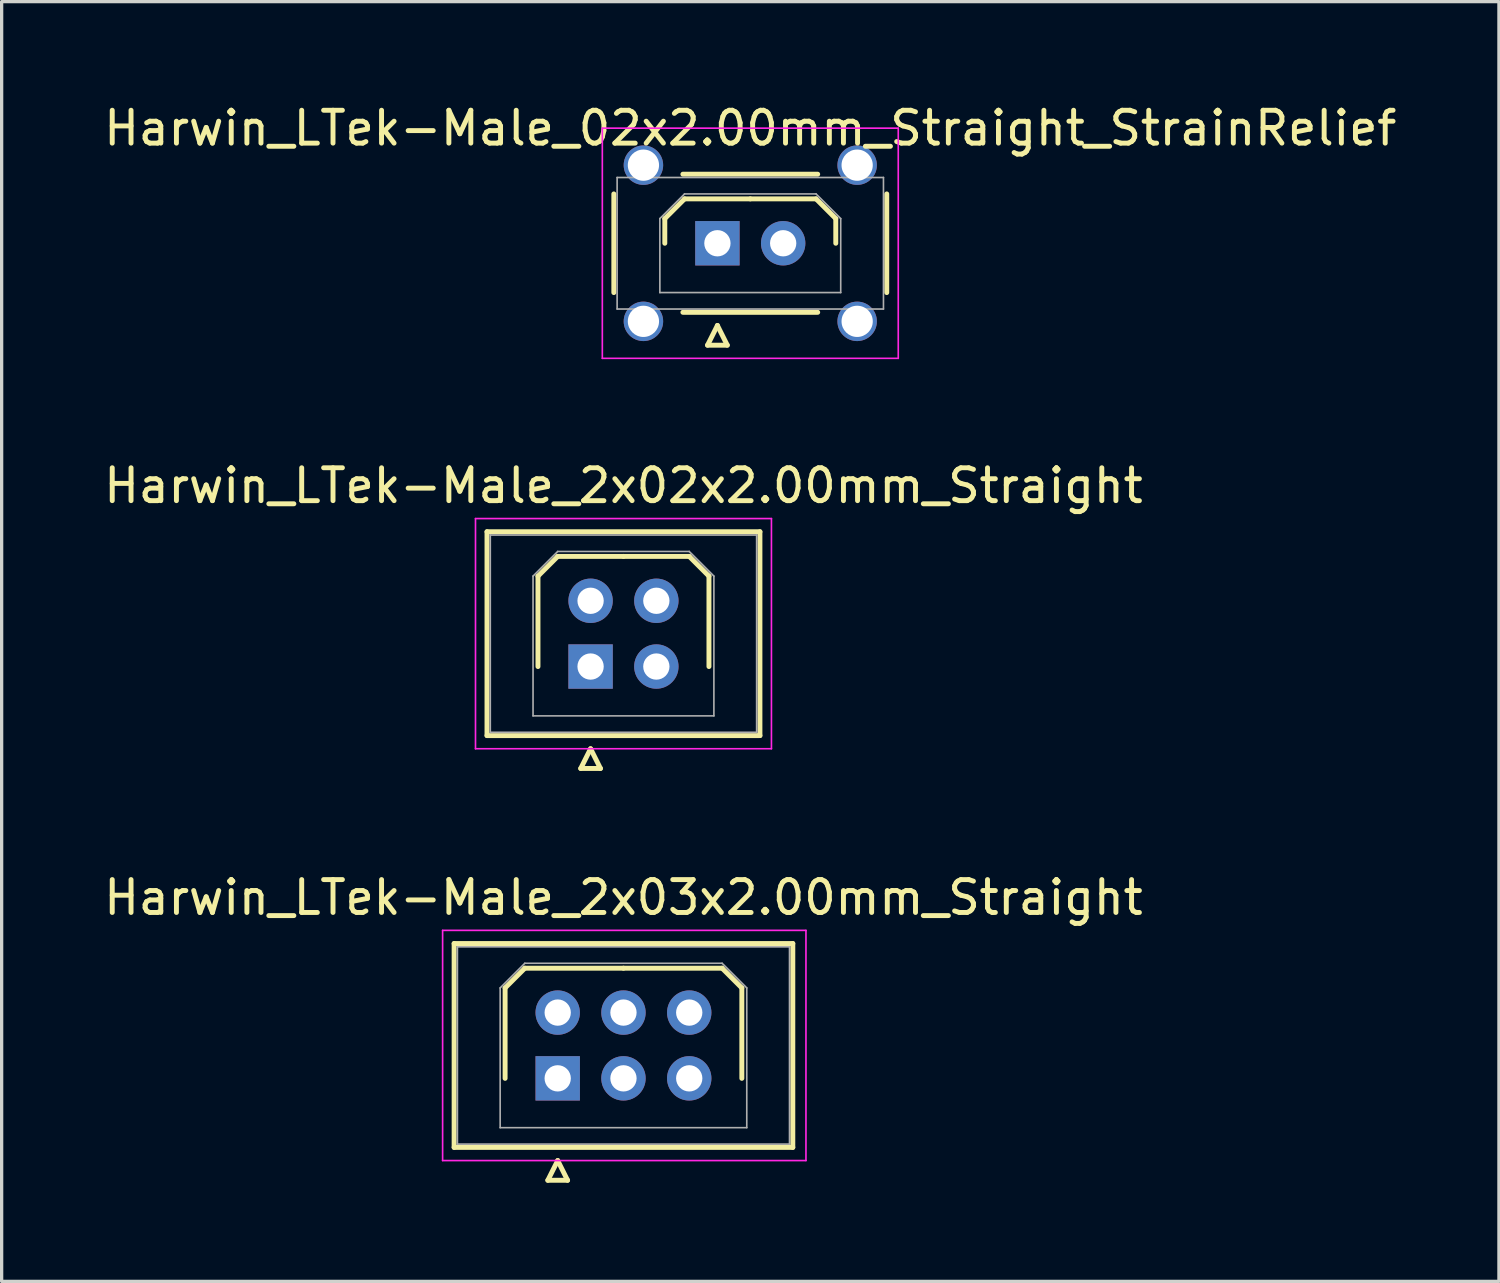
<source format=kicad_pcb>
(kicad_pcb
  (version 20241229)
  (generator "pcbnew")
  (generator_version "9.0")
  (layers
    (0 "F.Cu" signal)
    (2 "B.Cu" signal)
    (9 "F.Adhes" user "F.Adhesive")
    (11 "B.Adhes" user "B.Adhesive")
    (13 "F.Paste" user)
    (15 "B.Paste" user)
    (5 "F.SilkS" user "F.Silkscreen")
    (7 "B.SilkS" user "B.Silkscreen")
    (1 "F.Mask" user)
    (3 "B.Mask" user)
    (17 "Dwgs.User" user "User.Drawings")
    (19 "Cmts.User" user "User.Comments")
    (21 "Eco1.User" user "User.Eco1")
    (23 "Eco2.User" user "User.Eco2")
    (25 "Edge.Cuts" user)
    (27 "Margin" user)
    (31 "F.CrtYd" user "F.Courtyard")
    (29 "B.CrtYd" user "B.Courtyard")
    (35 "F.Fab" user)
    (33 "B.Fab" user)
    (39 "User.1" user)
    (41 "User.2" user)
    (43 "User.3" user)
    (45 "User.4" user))
  (footprint "Harwin_LTek-Male_2x03x2.00mm_Straight"
    (layer "F.Cu")
    (at 13.911 29.745)
    (property "Reference" "Harwin_LTek-Male_2x03x2.00mm_Straight" (at 2 -5.5 0) (layer "F.SilkS") (effects (font (size 1 1) (thickness 0.15))))
    (attr through_hole)
    (fp_line (start -3.15 -4.1) (end -3.15 2.1) (stroke (width 0.15) (type solid)) (layer "F.SilkS"))
    (fp_line (start -3.15 2.1) (end 7.15 2.1) (stroke (width 0.15) (type solid)) (layer "F.SilkS"))
    (fp_line (start -1.6 -2.75) (end -1 -3.35) (stroke (width 0.15) (type solid)) (layer "F.SilkS"))
    (fp_line (start -1.6 0) (end -1.6 -2.75) (stroke (width 0.15) (type solid)) (layer "F.SilkS"))
    (fp_line (start -1 -3.35) (end 2 -3.35) (stroke (width 0.15) (type solid)) (layer "F.SilkS"))
    (fp_line (start -0.3 3.1) (end 0.3 3.1) (stroke (width 0.15) (type solid)) (layer "F.SilkS"))
    (fp_line (start 0 2.5) (end -0.3 3.1) (stroke (width 0.15) (type solid)) (layer "F.SilkS"))
    (fp_line (start 0.3 3.1) (end 0 2.5) (stroke (width 0.15) (type solid)) (layer "F.SilkS"))
    (fp_line (start 5 -3.35) (end 2 -3.35) (stroke (width 0.15) (type solid)) (layer "F.SilkS"))
    (fp_line (start 5.6 -2.75) (end 5 -3.35) (stroke (width 0.15) (type solid)) (layer "F.SilkS"))
    (fp_line (start 5.6 0) (end 5.6 -2.75) (stroke (width 0.15) (type solid)) (layer "F.SilkS"))
    (fp_line (start 7.15 -4.1) (end -3.15 -4.1) (stroke (width 0.15) (type solid)) (layer "F.SilkS"))
    (fp_line (start 7.15 2.1) (end 7.15 -4.1) (stroke (width 0.15) (type solid)) (layer "F.SilkS"))
    (fp_line (start -3.5 -4.5) (end -3.5 2.5) (stroke (width 0.05) (type solid)) (layer "F.CrtYd"))
    (fp_line (start -3.5 2.5) (end 7.55 2.5) (stroke (width 0.05) (type solid)) (layer "F.CrtYd"))
    (fp_line (start 7.55 -4.5) (end -3.5 -4.5) (stroke (width 0.05) (type solid)) (layer "F.CrtYd"))
    (fp_line (start 7.55 2.5) (end 7.55 -4.5) (stroke (width 0.05) (type solid)) (layer "F.CrtYd"))
    (fp_line (start -3.05 -4) (end -3.05 2) (stroke (width 0.05) (type solid)) (layer "F.Fab"))
    (fp_line (start -3.05 2) (end 7.05 2) (stroke (width 0.05) (type solid)) (layer "F.Fab"))
    (fp_line (start -1.75 -2.75) (end -1 -3.5) (stroke (width 0.05) (type solid)) (layer "F.Fab"))
    (fp_line (start -1.75 1.5) (end -1.75 -2.75) (stroke (width 0.05) (type solid)) (layer "F.Fab"))
    (fp_line (start -1 -3.5) (end 5 -3.5) (stroke (width 0.05) (type solid)) (layer "F.Fab"))
    (fp_line (start 5 -3.5) (end 5.75 -2.75) (stroke (width 0.05) (type solid)) (layer "F.Fab"))
    (fp_line (start 5.75 -2.75) (end 5.75 1.5) (stroke (width 0.05) (type solid)) (layer "F.Fab"))
    (fp_line (start 5.75 1.5) (end -1.75 1.5) (stroke (width 0.05) (type solid)) (layer "F.Fab"))
    (fp_line (start 7.05 -4) (end -3.05 -4) (stroke (width 0.05) (type solid)) (layer "F.Fab"))
    (fp_line (start 7.05 2) (end 7.05 -4) (stroke (width 0.05) (type solid)) (layer "F.Fab"))
    (pad "1" thru_hole rect (at 0 0) (size 1.35 1.35) (drill 0.8) (layers "*.Cu" "*.Mask"))
    (pad "2" thru_hole circle (at 0 -2) (size 1.35 1.35) (drill 0.8) (layers "*.Cu" "*.Mask"))
    (pad "3" thru_hole circle (at 2 0) (size 1.35 1.35) (drill 0.8) (layers "*.Cu" "*.Mask"))
    (pad "4" thru_hole circle (at 2 -2) (size 1.35 1.35) (drill 0.8) (layers "*.Cu" "*.Mask"))
    (pad "5" thru_hole circle (at 4 0) (size 1.35 1.35) (drill 0.8) (layers "*.Cu" "*.Mask"))
    (pad "6" thru_hole circle (at 4 -2) (size 1.35 1.35) (drill 0.8) (layers "*.Cu" "*.Mask")))
  (footprint "Harwin_LTek-Male_2x02x2.00mm_Straight"
    (layer "F.Cu")
    (at 14.911 17.221)
    (property "Reference" "Harwin_LTek-Male_2x02x2.00mm_Straight" (at 1 -5.5 0) (layer "F.SilkS") (effects (font (size 1 1) (thickness 0.15))))
    (attr through_hole)
    (fp_line (start -3.15 -4.1) (end -3.15 2.1) (stroke (width 0.15) (type solid)) (layer "F.SilkS"))
    (fp_line (start -3.15 2.1) (end 5.15 2.1) (stroke (width 0.15) (type solid)) (layer "F.SilkS"))
    (fp_line (start -1.6 -2.75) (end -1 -3.35) (stroke (width 0.15) (type solid)) (layer "F.SilkS"))
    (fp_line (start -1.6 0) (end -1.6 -2.75) (stroke (width 0.15) (type solid)) (layer "F.SilkS"))
    (fp_line (start -1 -3.35) (end 1 -3.35) (stroke (width 0.15) (type solid)) (layer "F.SilkS"))
    (fp_line (start -0.3 3.1) (end 0.3 3.1) (stroke (width 0.15) (type solid)) (layer "F.SilkS"))
    (fp_line (start 0 2.5) (end -0.3 3.1) (stroke (width 0.15) (type solid)) (layer "F.SilkS"))
    (fp_line (start 0.3 3.1) (end 0 2.5) (stroke (width 0.15) (type solid)) (layer "F.SilkS"))
    (fp_line (start 3 -3.35) (end 1 -3.35) (stroke (width 0.15) (type solid)) (layer "F.SilkS"))
    (fp_line (start 3.6 -2.75) (end 3 -3.35) (stroke (width 0.15) (type solid)) (layer "F.SilkS"))
    (fp_line (start 3.6 0) (end 3.6 -2.75) (stroke (width 0.15) (type solid)) (layer "F.SilkS"))
    (fp_line (start 5.15 -4.1) (end -3.15 -4.1) (stroke (width 0.15) (type solid)) (layer "F.SilkS"))
    (fp_line (start 5.15 2.1) (end 5.15 -4.1) (stroke (width 0.15) (type solid)) (layer "F.SilkS"))
    (fp_line (start -3.5 -4.5) (end -3.5 2.5) (stroke (width 0.05) (type solid)) (layer "F.CrtYd"))
    (fp_line (start -3.5 2.5) (end 5.5 2.5) (stroke (width 0.05) (type solid)) (layer "F.CrtYd"))
    (fp_line (start 5.5 -4.5) (end -3.5 -4.5) (stroke (width 0.05) (type solid)) (layer "F.CrtYd"))
    (fp_line (start 5.5 2.5) (end 5.5 -4.5) (stroke (width 0.05) (type solid)) (layer "F.CrtYd"))
    (fp_line (start -3.05 -4) (end -3.05 2) (stroke (width 0.05) (type solid)) (layer "F.Fab"))
    (fp_line (start -3.05 2) (end 5.05 2) (stroke (width 0.05) (type solid)) (layer "F.Fab"))
    (fp_line (start -1.75 -2.75) (end -1 -3.5) (stroke (width 0.05) (type solid)) (layer "F.Fab"))
    (fp_line (start -1.75 1.5) (end -1.75 -2.75) (stroke (width 0.05) (type solid)) (layer "F.Fab"))
    (fp_line (start -1 -3.5) (end 3 -3.5) (stroke (width 0.05) (type solid)) (layer "F.Fab"))
    (fp_line (start 3 -3.5) (end 3.75 -2.75) (stroke (width 0.05) (type solid)) (layer "F.Fab"))
    (fp_line (start 3.75 -2.75) (end 3.75 1.5) (stroke (width 0.05) (type solid)) (layer "F.Fab"))
    (fp_line (start 3.75 1.5) (end -1.75 1.5) (stroke (width 0.05) (type solid)) (layer "F.Fab"))
    (fp_line (start 5.05 -4) (end -3.05 -4) (stroke (width 0.05) (type solid)) (layer "F.Fab"))
    (fp_line (start 5.05 2) (end 5.05 -4) (stroke (width 0.05) (type solid)) (layer "F.Fab"))
    (pad "1" thru_hole rect (at 0 0) (size 1.35 1.35) (drill 0.8) (layers "*.Cu" "*.Mask"))
    (pad "2" thru_hole circle (at 0 -2) (size 1.35 1.35) (drill 0.8) (layers "*.Cu" "*.Mask"))
    (pad "3" thru_hole circle (at 2 0) (size 1.35 1.35) (drill 0.8) (layers "*.Cu" "*.Mask"))
    (pad "4" thru_hole circle (at 2 -2) (size 1.35 1.35) (drill 0.8) (layers "*.Cu" "*.Mask")))
  (footprint "Harwin_LTek-Male_02x2.00mm_Straight_StrainRelief"
    (layer "F.Cu")
    (at 18.768 4.348)
    (property "Reference" "Harwin_LTek-Male_02x2.00mm_Straight_StrainRelief" (at 1 -3.5 0) (layer "F.SilkS") (effects (font (size 1 1) (thickness 0.15))))
    (attr through_hole)
    (fp_line (start -3.15 -1.5) (end -3.15 1.5) (stroke (width 0.15) (type solid)) (layer "F.SilkS"))
    (fp_line (start -1.6 -0.75) (end -1 -1.35) (stroke (width 0.15) (type solid)) (layer "F.SilkS"))
    (fp_line (start -1.6 0) (end -1.6 -0.75) (stroke (width 0.15) (type solid)) (layer "F.SilkS"))
    (fp_line (start -1.05 -2.1) (end 3.05 -2.1) (stroke (width 0.15) (type solid)) (layer "F.SilkS"))
    (fp_line (start -1.05 2.1) (end 3.05 2.1) (stroke (width 0.15) (type solid)) (layer "F.SilkS"))
    (fp_line (start -1 -1.35) (end 1 -1.35) (stroke (width 0.15) (type solid)) (layer "F.SilkS"))
    (fp_line (start -0.3 3.1) (end 0.3 3.1) (stroke (width 0.15) (type solid)) (layer "F.SilkS"))
    (fp_line (start 0 2.5) (end -0.3 3.1) (stroke (width 0.15) (type solid)) (layer "F.SilkS"))
    (fp_line (start 0.3 3.1) (end 0 2.5) (stroke (width 0.15) (type solid)) (layer "F.SilkS"))
    (fp_line (start 3 -1.35) (end 1 -1.35) (stroke (width 0.15) (type solid)) (layer "F.SilkS"))
    (fp_line (start 3.6 -0.75) (end 3 -1.35) (stroke (width 0.15) (type solid)) (layer "F.SilkS"))
    (fp_line (start 3.6 0) (end 3.6 -0.75) (stroke (width 0.15) (type solid)) (layer "F.SilkS"))
    (fp_line (start 5.15 -1.5) (end 5.15 1.5) (stroke (width 0.15) (type solid)) (layer "F.SilkS"))
    (fp_line (start -3.5 -3.5) (end -3.5 3.5) (stroke (width 0.05) (type solid)) (layer "F.CrtYd"))
    (fp_line (start -3.5 3.5) (end 5.5 3.5) (stroke (width 0.05) (type solid)) (layer "F.CrtYd"))
    (fp_line (start 5.5 -3.5) (end -3.5 -3.5) (stroke (width 0.05) (type solid)) (layer "F.CrtYd"))
    (fp_line (start 5.5 3.5) (end 5.5 -3.5) (stroke (width 0.05) (type solid)) (layer "F.CrtYd"))
    (fp_line (start -3.05 -2) (end -3.05 2) (stroke (width 0.05) (type solid)) (layer "F.Fab"))
    (fp_line (start -3.05 2) (end 5.05 2) (stroke (width 0.05) (type solid)) (layer "F.Fab"))
    (fp_line (start -1.75 -0.75) (end -1 -1.5) (stroke (width 0.05) (type solid)) (layer "F.Fab"))
    (fp_line (start -1.75 1.5) (end -1.75 -0.75) (stroke (width 0.05) (type solid)) (layer "F.Fab"))
    (fp_line (start -1 -1.5) (end 3 -1.5) (stroke (width 0.05) (type solid)) (layer "F.Fab"))
    (fp_line (start 3 -1.5) (end 3.75 -0.75) (stroke (width 0.05) (type solid)) (layer "F.Fab"))
    (fp_line (start 3.75 -0.75) (end 3.75 1.5) (stroke (width 0.05) (type solid)) (layer "F.Fab"))
    (fp_line (start 3.75 1.5) (end -1.75 1.5) (stroke (width 0.05) (type solid)) (layer "F.Fab"))
    (fp_line (start 5.05 -2) (end -3.05 -2) (stroke (width 0.05) (type solid)) (layer "F.Fab"))
    (fp_line (start 5.05 2) (end 5.05 -2) (stroke (width 0.05) (type solid)) (layer "F.Fab"))
    (pad "" thru_hole circle (at -2.25 -2.375) (size 1.2 1.2) (drill 0.95) (layers "*.Cu" "*.Mask"))
    (pad "" thru_hole circle (at -2.25 2.375) (size 1.2 1.2) (drill 0.95) (layers "*.Cu" "*.Mask"))
    (pad "" thru_hole circle (at 4.25 -2.375) (size 1.2 1.2) (drill 0.95) (layers "*.Cu" "*.Mask"))
    (pad "" thru_hole circle (at 4.25 2.375) (size 1.2 1.2) (drill 0.95) (layers "*.Cu" "*.Mask"))
    (pad "1" thru_hole rect (at 0 0) (size 1.35 1.35) (drill 0.8) (layers "*.Cu" "*.Mask"))
    (pad "2" thru_hole circle (at 2 0) (size 1.35 1.35) (drill 0.8) (layers "*.Cu" "*.Mask")))
  (gr_rect
    (start -3 -3)
    (end 42.536 35.92)
    (stroke (width 0.1) (type default))
    (fill no)
    (layer "Edge.Cuts")))
</source>
